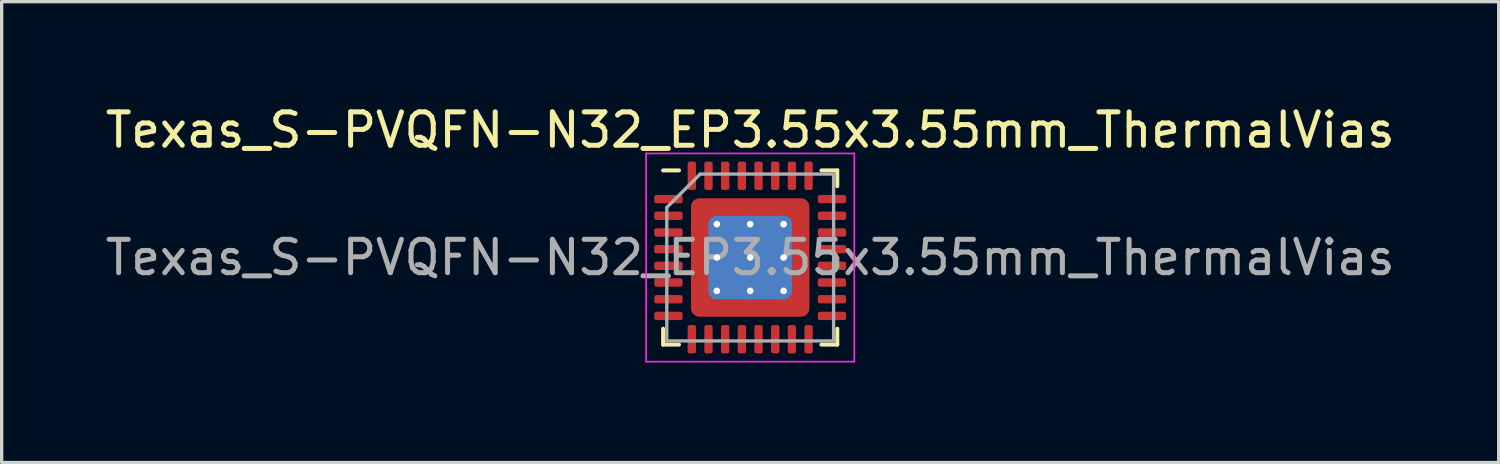
<source format=kicad_pcb>
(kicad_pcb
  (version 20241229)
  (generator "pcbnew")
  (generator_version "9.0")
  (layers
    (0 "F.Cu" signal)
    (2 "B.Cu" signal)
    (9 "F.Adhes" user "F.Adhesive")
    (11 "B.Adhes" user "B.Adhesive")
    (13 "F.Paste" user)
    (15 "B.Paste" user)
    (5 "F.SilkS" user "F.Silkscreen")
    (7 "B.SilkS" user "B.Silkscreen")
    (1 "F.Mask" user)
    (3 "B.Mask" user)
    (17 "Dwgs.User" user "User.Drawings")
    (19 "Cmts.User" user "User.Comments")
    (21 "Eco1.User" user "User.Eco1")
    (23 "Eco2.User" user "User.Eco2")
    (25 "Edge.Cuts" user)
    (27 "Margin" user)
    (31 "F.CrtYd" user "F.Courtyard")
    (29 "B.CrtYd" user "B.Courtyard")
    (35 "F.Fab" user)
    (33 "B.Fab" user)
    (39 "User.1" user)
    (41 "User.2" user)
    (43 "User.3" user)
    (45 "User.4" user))
  (footprint "Texas_S-PVQFN-N32_EP3.55x3.55mm_ThermalVias"
    (layer "F.Cu")
    (at 19.435 4.668)
    (property "Reference" "Texas_S-PVQFN-N32_EP3.55x3.55mm_ThermalVias" (at 0 -3.82 0) (layer "F.SilkS") (effects (font (size 1 1) (thickness 0.15))))
    (attr smd)
    (fp_line (start -2.61 2.61) (end -2.61 2.135) (stroke (width 0.12) (type solid)) (layer "F.SilkS"))
    (fp_line (start -2.135 -2.61) (end -2.61 -2.61) (stroke (width 0.12) (type solid)) (layer "F.SilkS"))
    (fp_line (start -2.135 2.61) (end -2.61 2.61) (stroke (width 0.12) (type solid)) (layer "F.SilkS"))
    (fp_line (start 2.135 -2.61) (end 2.61 -2.61) (stroke (width 0.12) (type solid)) (layer "F.SilkS"))
    (fp_line (start 2.135 2.61) (end 2.61 2.61) (stroke (width 0.12) (type solid)) (layer "F.SilkS"))
    (fp_line (start 2.61 -2.61) (end 2.61 -2.135) (stroke (width 0.12) (type solid)) (layer "F.SilkS"))
    (fp_line (start 2.61 2.61) (end 2.61 2.135) (stroke (width 0.12) (type solid)) (layer "F.SilkS"))
    (fp_line (start -3.12 -3.12) (end -3.12 3.12) (stroke (width 0.05) (type solid)) (layer "F.CrtYd"))
    (fp_line (start -3.12 3.12) (end 3.12 3.12) (stroke (width 0.05) (type solid)) (layer "F.CrtYd"))
    (fp_line (start 3.12 -3.12) (end -3.12 -3.12) (stroke (width 0.05) (type solid)) (layer "F.CrtYd"))
    (fp_line (start 3.12 3.12) (end 3.12 -3.12) (stroke (width 0.05) (type solid)) (layer "F.CrtYd"))
    (fp_line (start -2.5 -1.5) (end -1.5 -2.5) (stroke (width 0.1) (type solid)) (layer "F.Fab"))
    (fp_line (start -2.5 2.5) (end -2.5 -1.5) (stroke (width 0.1) (type solid)) (layer "F.Fab"))
    (fp_line (start -1.5 -2.5) (end 2.5 -2.5) (stroke (width 0.1) (type solid)) (layer "F.Fab"))
    (fp_line (start 2.5 -2.5) (end 2.5 2.5) (stroke (width 0.1) (type solid)) (layer "F.Fab"))
    (fp_line (start 2.5 2.5) (end -2.5 2.5) (stroke (width 0.1) (type solid)) (layer "F.Fab"))
    (fp_text user "${REFERENCE}" (at 0 0 0) (layer "F.Fab") (effects (font (size 1 1) (thickness 0.15))))
    (pad "" smd custom (at -1.387 -1.387) (size 0.531 0.531) (layers "F.Paste") (options (anchor circle)) (primitives (gr_poly (pts (xy -0.312 -0.312) (xy 0.312 -0.312) (xy 0.312 0.18) (xy 0.18 0.312) (xy -0.312 0.312)) (width 0) (fill yes))))
    (pad "" smd custom (at -1.387 -0.5) (size 0.546 0.546) (layers "F.Paste") (options (anchor circle)) (primitives (gr_poly (pts (xy -0.312 -0.403) (xy 0.202 -0.403) (xy 0.312 -0.292) (xy 0.312 0.292) (xy 0.202 0.403) (xy -0.312 0.403)) (width 0) (fill yes))))
    (pad "" smd custom (at -1.387 0.5) (size 0.546 0.546) (layers "F.Paste") (options (anchor circle)) (primitives (gr_poly (pts (xy -0.312 -0.403) (xy 0.202 -0.403) (xy 0.312 -0.292) (xy 0.312 0.292) (xy 0.202 0.403) (xy -0.312 0.403)) (width 0) (fill yes))))
    (pad "" smd custom (at -1.387 1.387) (size 0.531 0.531) (layers "F.Paste") (options (anchor circle)) (primitives (gr_poly (pts (xy -0.312 -0.312) (xy 0.18 -0.312) (xy 0.312 -0.18) (xy 0.312 0.312) (xy -0.312 0.312)) (width 0) (fill yes))))
    (pad "" smd custom (at -0.5 -1.387) (size 0.546 0.546) (layers "F.Paste") (options (anchor circle)) (primitives (gr_poly (pts (xy -0.403 -0.312) (xy 0.403 -0.312) (xy 0.403 0.202) (xy 0.292 0.312) (xy -0.292 0.312) (xy -0.403 0.202)) (width 0) (fill yes))))
    (pad "" smd custom (at -0.5 -0.5) (size 0.743 0.743) (layers "F.Paste") (options (anchor circle)) (primitives (gr_poly (pts (xy -0.403 -0.314) (xy -0.314 -0.403) (xy 0.314 -0.403) (xy 0.403 -0.314) (xy 0.403 0.314) (xy 0.314 0.403) (xy -0.314 0.403) (xy -0.403 0.314)) (width 0) (fill yes))))
    (pad "" smd custom (at -0.5 0.5) (size 0.743 0.743) (layers "F.Paste") (options (anchor circle)) (primitives (gr_poly (pts (xy -0.403 -0.314) (xy -0.314 -0.403) (xy 0.314 -0.403) (xy 0.403 -0.314) (xy 0.403 0.314) (xy 0.314 0.403) (xy -0.314 0.403) (xy -0.403 0.314)) (width 0) (fill yes))))
    (pad "" smd custom (at -0.5 1.387) (size 0.546 0.546) (layers "F.Paste") (options (anchor circle)) (primitives (gr_poly (pts (xy -0.403 -0.202) (xy -0.292 -0.312) (xy 0.292 -0.312) (xy 0.403 -0.202) (xy 0.403 0.312) (xy -0.403 0.312)) (width 0) (fill yes))))
    (pad "" smd custom (at 0.5 -1.387) (size 0.546 0.546) (layers "F.Paste") (options (anchor circle)) (primitives (gr_poly (pts (xy -0.403 -0.312) (xy 0.403 -0.312) (xy 0.403 0.202) (xy 0.292 0.312) (xy -0.292 0.312) (xy -0.403 0.202)) (width 0) (fill yes))))
    (pad "" smd custom (at 0.5 -0.5) (size 0.743 0.743) (layers "F.Paste") (options (anchor circle)) (primitives (gr_poly (pts (xy -0.403 -0.314) (xy -0.314 -0.403) (xy 0.314 -0.403) (xy 0.403 -0.314) (xy 0.403 0.314) (xy 0.314 0.403) (xy -0.314 0.403) (xy -0.403 0.314)) (width 0) (fill yes))))
    (pad "" smd custom (at 0.5 0.5) (size 0.743 0.743) (layers "F.Paste") (options (anchor circle)) (primitives (gr_poly (pts (xy -0.403 -0.314) (xy -0.314 -0.403) (xy 0.314 -0.403) (xy 0.403 -0.314) (xy 0.403 0.314) (xy 0.314 0.403) (xy -0.314 0.403) (xy -0.403 0.314)) (width 0) (fill yes))))
    (pad "" smd custom (at 0.5 1.387) (size 0.546 0.546) (layers "F.Paste") (options (anchor circle)) (primitives (gr_poly (pts (xy -0.403 -0.202) (xy -0.292 -0.312) (xy 0.292 -0.312) (xy 0.403 -0.202) (xy 0.403 0.312) (xy -0.403 0.312)) (width 0) (fill yes))))
    (pad "" smd custom (at 1.387 -1.387) (size 0.531 0.531) (layers "F.Paste") (options (anchor circle)) (primitives (gr_poly (pts (xy -0.312 -0.312) (xy 0.312 -0.312) (xy 0.312 0.312) (xy -0.18 0.312) (xy -0.312 0.18)) (width 0) (fill yes))))
    (pad "" smd custom (at 1.387 -0.5) (size 0.546 0.546) (layers "F.Paste") (options (anchor circle)) (primitives (gr_poly (pts (xy -0.312 -0.292) (xy -0.202 -0.403) (xy 0.312 -0.403) (xy 0.312 0.403) (xy -0.202 0.403) (xy -0.312 0.292)) (width 0) (fill yes))))
    (pad "" smd custom (at 1.387 0.5) (size 0.546 0.546) (layers "F.Paste") (options (anchor circle)) (primitives (gr_poly (pts (xy -0.312 -0.292) (xy -0.202 -0.403) (xy 0.312 -0.403) (xy 0.312 0.403) (xy -0.202 0.403) (xy -0.312 0.292)) (width 0) (fill yes))))
    (pad "" smd custom (at 1.387 1.387) (size 0.531 0.531) (layers "F.Paste") (options (anchor circle)) (primitives (gr_poly (pts (xy -0.312 -0.18) (xy -0.18 -0.312) (xy 0.312 -0.312) (xy 0.312 0.312) (xy -0.312 0.312)) (width 0) (fill yes))))
    (pad "1" smd roundrect (at -2.45 -1.75) (size 0.85 0.25) (layers "F.Cu" "F.Mask" "F.Paste") (roundrect_rratio 0.25))
    (pad "2" smd roundrect (at -2.45 -1.25) (size 0.85 0.25) (layers "F.Cu" "F.Mask" "F.Paste") (roundrect_rratio 0.25))
    (pad "3" smd roundrect (at -2.45 -0.75) (size 0.85 0.25) (layers "F.Cu" "F.Mask" "F.Paste") (roundrect_rratio 0.25))
    (pad "4" smd roundrect (at -2.45 -0.25) (size 0.85 0.25) (layers "F.Cu" "F.Mask" "F.Paste") (roundrect_rratio 0.25))
    (pad "5" smd roundrect (at -2.45 0.25) (size 0.85 0.25) (layers "F.Cu" "F.Mask" "F.Paste") (roundrect_rratio 0.25))
    (pad "6" smd roundrect (at -2.45 0.75) (size 0.85 0.25) (layers "F.Cu" "F.Mask" "F.Paste") (roundrect_rratio 0.25))
    (pad "7" smd roundrect (at -2.45 1.25) (size 0.85 0.25) (layers "F.Cu" "F.Mask" "F.Paste") (roundrect_rratio 0.25))
    (pad "8" smd roundrect (at -2.45 1.75) (size 0.85 0.25) (layers "F.Cu" "F.Mask" "F.Paste") (roundrect_rratio 0.25))
    (pad "9" smd roundrect (at -1.75 2.45) (size 0.25 0.85) (layers "F.Cu" "F.Mask" "F.Paste") (roundrect_rratio 0.25))
    (pad "10" smd roundrect (at -1.25 2.45) (size 0.25 0.85) (layers "F.Cu" "F.Mask" "F.Paste") (roundrect_rratio 0.25))
    (pad "11" smd roundrect (at -0.75 2.45) (size 0.25 0.85) (layers "F.Cu" "F.Mask" "F.Paste") (roundrect_rratio 0.25))
    (pad "12" smd roundrect (at -0.25 2.45) (size 0.25 0.85) (layers "F.Cu" "F.Mask" "F.Paste") (roundrect_rratio 0.25))
    (pad "13" smd roundrect (at 0.25 2.45) (size 0.25 0.85) (layers "F.Cu" "F.Mask" "F.Paste") (roundrect_rratio 0.25))
    (pad "14" smd roundrect (at 0.75 2.45) (size 0.25 0.85) (layers "F.Cu" "F.Mask" "F.Paste") (roundrect_rratio 0.25))
    (pad "15" smd roundrect (at 1.25 2.45) (size 0.25 0.85) (layers "F.Cu" "F.Mask" "F.Paste") (roundrect_rratio 0.25))
    (pad "16" smd roundrect (at 1.75 2.45) (size 0.25 0.85) (layers "F.Cu" "F.Mask" "F.Paste") (roundrect_rratio 0.25))
    (pad "17" smd roundrect (at 2.45 1.75) (size 0.85 0.25) (layers "F.Cu" "F.Mask" "F.Paste") (roundrect_rratio 0.25))
    (pad "18" smd roundrect (at 2.45 1.25) (size 0.85 0.25) (layers "F.Cu" "F.Mask" "F.Paste") (roundrect_rratio 0.25))
    (pad "19" smd roundrect (at 2.45 0.75) (size 0.85 0.25) (layers "F.Cu" "F.Mask" "F.Paste") (roundrect_rratio 0.25))
    (pad "20" smd roundrect (at 2.45 0.25) (size 0.85 0.25) (layers "F.Cu" "F.Mask" "F.Paste") (roundrect_rratio 0.25))
    (pad "21" smd roundrect (at 2.45 -0.25) (size 0.85 0.25) (layers "F.Cu" "F.Mask" "F.Paste") (roundrect_rratio 0.25))
    (pad "22" smd roundrect (at 2.45 -0.75) (size 0.85 0.25) (layers "F.Cu" "F.Mask" "F.Paste") (roundrect_rratio 0.25))
    (pad "23" smd roundrect (at 2.45 -1.25) (size 0.85 0.25) (layers "F.Cu" "F.Mask" "F.Paste") (roundrect_rratio 0.25))
    (pad "24" smd roundrect (at 2.45 -1.75) (size 0.85 0.25) (layers "F.Cu" "F.Mask" "F.Paste") (roundrect_rratio 0.25))
    (pad "25" smd roundrect (at 1.75 -2.45) (size 0.25 0.85) (layers "F.Cu" "F.Mask" "F.Paste") (roundrect_rratio 0.25))
    (pad "26" smd roundrect (at 1.25 -2.45) (size 0.25 0.85) (layers "F.Cu" "F.Mask" "F.Paste") (roundrect_rratio 0.25))
    (pad "27" smd roundrect (at 0.75 -2.45) (size 0.25 0.85) (layers "F.Cu" "F.Mask" "F.Paste") (roundrect_rratio 0.25))
    (pad "28" smd roundrect (at 0.25 -2.45) (size 0.25 0.85) (layers "F.Cu" "F.Mask" "F.Paste") (roundrect_rratio 0.25))
    (pad "29" smd roundrect (at -0.25 -2.45) (size 0.25 0.85) (layers "F.Cu" "F.Mask" "F.Paste") (roundrect_rratio 0.25))
    (pad "30" smd roundrect (at -0.75 -2.45) (size 0.25 0.85) (layers "F.Cu" "F.Mask" "F.Paste") (roundrect_rratio 0.25))
    (pad "31" smd roundrect (at -1.25 -2.45) (size 0.25 0.85) (layers "F.Cu" "F.Mask" "F.Paste") (roundrect_rratio 0.25))
    (pad "32" smd roundrect (at -1.75 -2.45) (size 0.25 0.85) (layers "F.Cu" "F.Mask" "F.Paste") (roundrect_rratio 0.25))
    (pad "33" thru_hole circle (at -1 -1) (size 0.5 0.5) (drill 0.2) (layers "*.Cu"))
    (pad "33" thru_hole circle (at -1 0) (size 0.5 0.5) (drill 0.2) (layers "*.Cu"))
    (pad "33" thru_hole circle (at -1 1) (size 0.5 0.5) (drill 0.2) (layers "*.Cu"))
    (pad "33" thru_hole circle (at 0 -1) (size 0.5 0.5) (drill 0.2) (layers "*.Cu"))
    (pad "33" thru_hole circle (at 0 0) (size 0.5 0.5) (drill 0.2) (layers "*.Cu"))
    (pad "33" smd roundrect (at 0 0) (size 2.5 2.5) (layers "B.Cu") (roundrect_rratio 0.1))
    (pad "33" smd roundrect (at 0 0) (size 3.55 3.55) (layers "F.Cu" "F.Mask") (roundrect_rratio 0.07))
    (pad "33" thru_hole circle (at 0 1) (size 0.5 0.5) (drill 0.2) (layers "*.Cu"))
    (pad "33" thru_hole circle (at 1 -1) (size 0.5 0.5) (drill 0.2) (layers "*.Cu"))
    (pad "33" thru_hole circle (at 1 0) (size 0.5 0.5) (drill 0.2) (layers "*.Cu"))
    (pad "33" thru_hole circle (at 1 1) (size 0.5 0.5) (drill 0.2) (layers "*.Cu")))
  (gr_rect
    (start -3 -3)
    (end 41.869 10.813)
    (stroke (width 0.1) (type default))
    (fill no)
    (layer "Edge.Cuts")))
</source>
